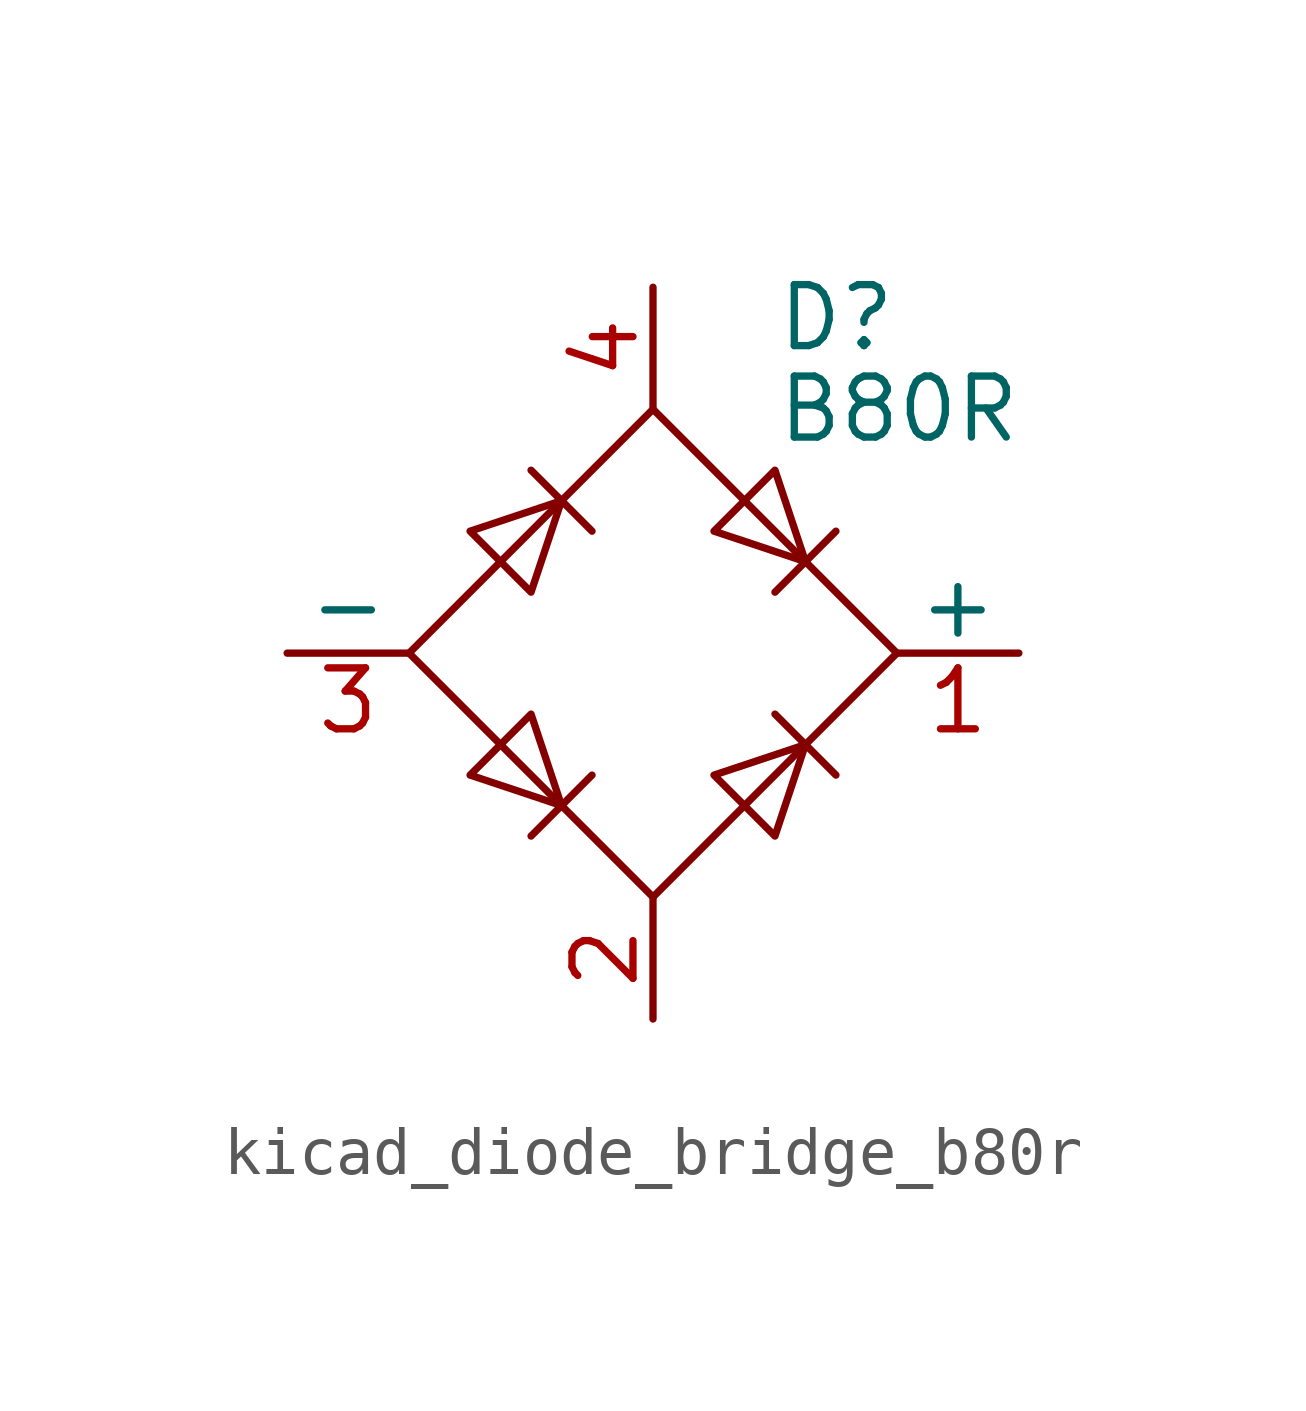
<source format=kicad_sym>
(kicad_symbol_lib
  (version 20220914)
  (generator kicad_symbol_editor)
  (symbol "kicad_diode_bridge_b80r"
    (pin_names
      (offset 0))
    (property "Reference" "D"
      (at 2.54 6.985 0)
      (effects (font (size 1.27 1.27)) (justify left)))
    (property "Value" "B80R"
      (at 2.54 5.08 0)
      (effects (font (size 1.27 1.27)) (justify left)))
    (symbol "kicad_diode_bridge_b80r_0_1"
      (polyline (pts (xy -2.54 3.81) (xy -1.27 2.54)) (stroke (width 0) (type default)) (fill (type none)))
      (polyline (pts (xy -1.27 -2.54) (xy -2.54 -3.81)) (stroke (width 0) (type default)) (fill (type none)))
      (polyline (pts (xy 2.54 -1.27) (xy 3.81 -2.54)) (stroke (width 0) (type default)) (fill (type none)))
      (polyline (pts (xy 2.54 1.27) (xy 3.81 2.54)) (stroke (width 0) (type default)) (fill (type none)))
      (polyline (pts (xy -3.81 2.54) (xy -2.54 1.27) (xy -1.905 3.175) (xy -3.81 2.54)) (stroke (width 0) (type default)) (fill (type none)))
      (polyline (pts (xy -2.54 -1.27) (xy -3.81 -2.54) (xy -1.905 -3.175) (xy -2.54 -1.27)) (stroke (width 0) (type default)) (fill (type none)))
      (polyline (pts (xy 1.27 2.54) (xy 2.54 3.81) (xy 3.175 1.905) (xy 1.27 2.54)) (stroke (width 0) (type default)) (fill (type none)))
      (polyline (pts (xy 3.175 -1.905) (xy 1.27 -2.54) (xy 2.54 -3.81) (xy 3.175 -1.905)) (stroke (width 0) (type default)) (fill (type none)))
      (polyline (pts (xy -5.08 0) (xy 0 -5.08) (xy 5.08 0) (xy 0 5.08) (xy -5.08 0)) (stroke (width 0) (type default)) (fill (type none))))
    (symbol "kicad_diode_bridge_b80r_1_1"
      (pin passive line (at 7.62 0 180) (length 2.54) (name "+" (effects (font (size 1.27 1.27)))) (number "1" (effects (font (size 1.27 1.27)))))
      (pin passive line (at 0 -7.62 90) (length 2.54) (name "~" (effects (font (size 1.27 1.27)))) (number "2" (effects (font (size 1.27 1.27)))))
      (pin passive line (at -7.62 0 0) (length 2.54) (name "-" (effects (font (size 1.27 1.27)))) (number "3" (effects (font (size 1.27 1.27)))))
      (pin passive line (at 0 7.62 270) (length 2.54) (name "~" (effects (font (size 1.27 1.27)))) (number "4" (effects (font (size 1.27 1.27))))))))
</source>
